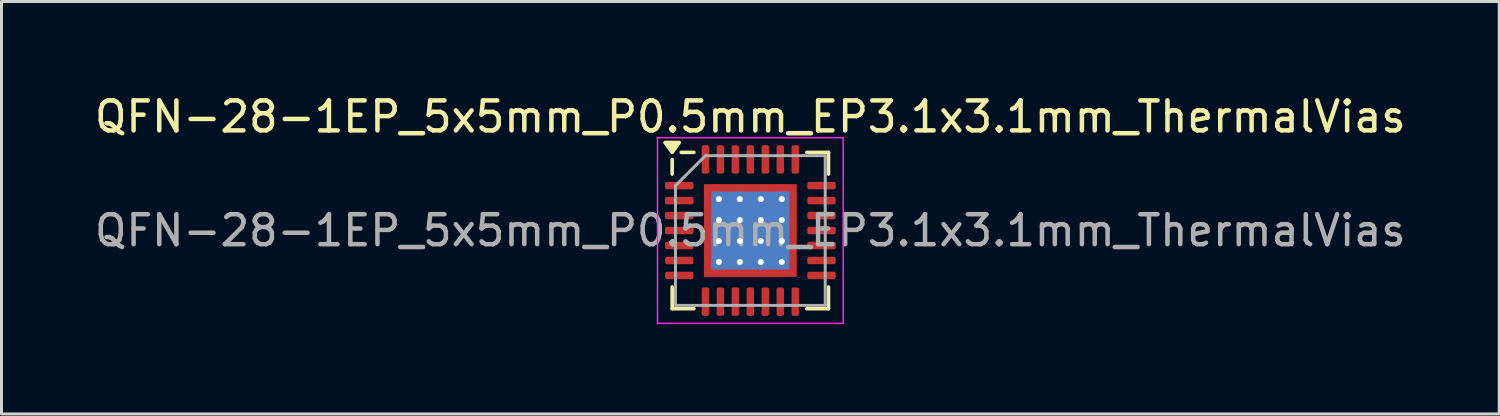
<source format=kicad_pcb>
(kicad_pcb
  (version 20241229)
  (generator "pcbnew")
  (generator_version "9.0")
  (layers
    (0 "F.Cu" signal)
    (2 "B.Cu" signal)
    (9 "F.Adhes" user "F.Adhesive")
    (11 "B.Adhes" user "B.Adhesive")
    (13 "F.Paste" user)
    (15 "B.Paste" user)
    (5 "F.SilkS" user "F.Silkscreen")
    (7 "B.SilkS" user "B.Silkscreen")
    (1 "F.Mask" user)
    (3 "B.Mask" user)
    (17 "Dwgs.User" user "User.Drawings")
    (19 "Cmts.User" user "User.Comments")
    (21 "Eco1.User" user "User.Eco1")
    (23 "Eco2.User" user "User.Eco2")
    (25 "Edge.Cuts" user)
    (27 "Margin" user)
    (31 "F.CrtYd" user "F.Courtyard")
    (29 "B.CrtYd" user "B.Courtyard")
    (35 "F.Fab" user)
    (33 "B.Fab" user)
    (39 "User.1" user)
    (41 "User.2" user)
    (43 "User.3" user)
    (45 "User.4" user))
  (footprint "QFN-28-1EP_5x5mm_P0.5mm_EP3.1x3.1mm_ThermalVias"
    (layer "F.Cu")
    (at 22.006 4.648)
    (property "Reference" "QFN-28-1EP_5x5mm_P0.5mm_EP3.1x3.1mm_ThermalVias" (at 0 -3.8 0) (layer "F.SilkS") (effects (font (size 1 1) (thickness 0.15))))
    (attr smd)
    (fp_line (start -2.61 -1.885) (end -2.61 -2.37) (stroke (width 0.12) (type solid)) (layer "F.SilkS"))
    (fp_line (start -2.61 2.61) (end -2.61 1.885) (stroke (width 0.12) (type solid)) (layer "F.SilkS"))
    (fp_line (start -1.885 -2.61) (end -2.31 -2.61) (stroke (width 0.12) (type solid)) (layer "F.SilkS"))
    (fp_line (start -1.885 2.61) (end -2.61 2.61) (stroke (width 0.12) (type solid)) (layer "F.SilkS"))
    (fp_line (start 1.885 -2.61) (end 2.61 -2.61) (stroke (width 0.12) (type solid)) (layer "F.SilkS"))
    (fp_line (start 1.885 2.61) (end 2.61 2.61) (stroke (width 0.12) (type solid)) (layer "F.SilkS"))
    (fp_line (start 2.61 -2.61) (end 2.61 -1.885) (stroke (width 0.12) (type solid)) (layer "F.SilkS"))
    (fp_line (start 2.61 2.61) (end 2.61 1.885) (stroke (width 0.12) (type solid)) (layer "F.SilkS"))
    (fp_poly (pts (xy -2.61 -2.61) (xy -2.85 -2.94) (xy -2.37 -2.94) (xy -2.61 -2.61)) (stroke (width 0.12) (type solid)) (fill yes) (layer "F.SilkS"))
    (fp_line (start -3.1 -3.1) (end -3.1 3.1) (stroke (width 0.05) (type solid)) (layer "F.CrtYd"))
    (fp_line (start -3.1 3.1) (end 3.1 3.1) (stroke (width 0.05) (type solid)) (layer "F.CrtYd"))
    (fp_line (start 3.1 -3.1) (end -3.1 -3.1) (stroke (width 0.05) (type solid)) (layer "F.CrtYd"))
    (fp_line (start 3.1 3.1) (end 3.1 -3.1) (stroke (width 0.05) (type solid)) (layer "F.CrtYd"))
    (fp_line (start -2.5 -1.5) (end -1.5 -2.5) (stroke (width 0.1) (type solid)) (layer "F.Fab"))
    (fp_line (start -2.5 2.5) (end -2.5 -1.5) (stroke (width 0.1) (type solid)) (layer "F.Fab"))
    (fp_line (start -1.5 -2.5) (end 2.5 -2.5) (stroke (width 0.1) (type solid)) (layer "F.Fab"))
    (fp_line (start 2.5 -2.5) (end 2.5 2.5) (stroke (width 0.1) (type solid)) (layer "F.Fab"))
    (fp_line (start 2.5 2.5) (end -2.5 2.5) (stroke (width 0.1) (type solid)) (layer "F.Fab"))
    (fp_text user "${REFERENCE}" (at 0 0 0) (layer "F.Fab") (effects (font (size 1 1) (thickness 0.15))))
    (pad "" smd custom (at -1.3 -1.3) (size 0.272 0.272) (layers "F.Paste") (options (anchor circle)) (primitives (gr_poly (pts (xy -0.101 -0.101) (xy 0.101 -0.101) (xy 0.101 -0.026) (xy -0.026 0.101) (xy -0.101 0.101)) (width 0.202) (fill yes))))
    (pad "" smd custom (at -1.3 -0.7) (size 0.285 0.285) (layers "F.Paste") (options (anchor circle)) (primitives (gr_poly (pts (xy -0.101 -0.181) (xy -0.007 -0.181) (xy 0.101 -0.074) (xy 0.101 0.074) (xy -0.007 0.181) (xy -0.101 0.181)) (width 0.202) (fill yes))))
    (pad "" smd custom (at -1.3 0) (size 0.285 0.285) (layers "F.Paste") (options (anchor circle)) (primitives (gr_poly (pts (xy -0.101 -0.181) (xy -0.007 -0.181) (xy 0.101 -0.074) (xy 0.101 0.074) (xy -0.007 0.181) (xy -0.101 0.181)) (width 0.202) (fill yes))))
    (pad "" smd custom (at -1.3 0.7) (size 0.285 0.285) (layers "F.Paste") (options (anchor circle)) (primitives (gr_poly (pts (xy -0.101 -0.181) (xy -0.007 -0.181) (xy 0.101 -0.074) (xy 0.101 0.074) (xy -0.007 0.181) (xy -0.101 0.181)) (width 0.202) (fill yes))))
    (pad "" smd custom (at -1.3 1.3) (size 0.272 0.272) (layers "F.Paste") (options (anchor circle)) (primitives (gr_poly (pts (xy -0.101 -0.101) (xy -0.026 -0.101) (xy 0.101 0.026) (xy 0.101 0.101) (xy -0.101 0.101)) (width 0.202) (fill yes))))
    (pad "" smd custom (at -0.7 -1.3) (size 0.285 0.285) (layers "F.Paste") (options (anchor circle)) (primitives (gr_poly (pts (xy -0.181 -0.101) (xy 0.181 -0.101) (xy 0.181 -0.007) (xy 0.074 0.101) (xy -0.074 0.101) (xy -0.181 -0.007)) (width 0.202) (fill yes))))
    (pad "" smd custom (at -0.7 -0.7) (size 0.46 0.46) (layers "F.Paste") (options (anchor circle)) (primitives (gr_poly (pts (xy -0.178 -0.092) (xy -0.092 -0.178) (xy 0.092 -0.178) (xy 0.178 -0.092) (xy 0.178 0.092) (xy 0.092 0.178) (xy -0.092 0.178) (xy -0.178 0.092)) (width 0.208) (fill yes))))
    (pad "" smd custom (at -0.7 0) (size 0.46 0.46) (layers "F.Paste") (options (anchor circle)) (primitives (gr_poly (pts (xy -0.178 -0.092) (xy -0.092 -0.178) (xy 0.092 -0.178) (xy 0.178 -0.092) (xy 0.178 0.092) (xy 0.092 0.178) (xy -0.092 0.178) (xy -0.178 0.092)) (width 0.208) (fill yes))))
    (pad "" smd custom (at -0.7 0.7) (size 0.46 0.46) (layers "F.Paste") (options (anchor circle)) (primitives (gr_poly (pts (xy -0.178 -0.092) (xy -0.092 -0.178) (xy 0.092 -0.178) (xy 0.178 -0.092) (xy 0.178 0.092) (xy 0.092 0.178) (xy -0.092 0.178) (xy -0.178 0.092)) (width 0.208) (fill yes))))
    (pad "" smd custom (at -0.7 1.3) (size 0.285 0.285) (layers "F.Paste") (options (anchor circle)) (primitives (gr_poly (pts (xy -0.181 0.007) (xy -0.074 -0.101) (xy 0.074 -0.101) (xy 0.181 0.007) (xy 0.181 0.101) (xy -0.181 0.101)) (width 0.202) (fill yes))))
    (pad "" smd custom (at 0 -1.3) (size 0.285 0.285) (layers "F.Paste") (options (anchor circle)) (primitives (gr_poly (pts (xy -0.181 -0.101) (xy 0.181 -0.101) (xy 0.181 -0.007) (xy 0.074 0.101) (xy -0.074 0.101) (xy -0.181 -0.007)) (width 0.202) (fill yes))))
    (pad "" smd custom (at 0 -0.7) (size 0.46 0.46) (layers "F.Paste") (options (anchor circle)) (primitives (gr_poly (pts (xy -0.178 -0.092) (xy -0.092 -0.178) (xy 0.092 -0.178) (xy 0.178 -0.092) (xy 0.178 0.092) (xy 0.092 0.178) (xy -0.092 0.178) (xy -0.178 0.092)) (width 0.208) (fill yes))))
    (pad "" smd custom (at 0 0) (size 0.46 0.46) (layers "F.Paste") (options (anchor circle)) (primitives (gr_poly (pts (xy -0.178 -0.092) (xy -0.092 -0.178) (xy 0.092 -0.178) (xy 0.178 -0.092) (xy 0.178 0.092) (xy 0.092 0.178) (xy -0.092 0.178) (xy -0.178 0.092)) (width 0.208) (fill yes))))
    (pad "" smd custom (at 0 0.7) (size 0.46 0.46) (layers "F.Paste") (options (anchor circle)) (primitives (gr_poly (pts (xy -0.178 -0.092) (xy -0.092 -0.178) (xy 0.092 -0.178) (xy 0.178 -0.092) (xy 0.178 0.092) (xy 0.092 0.178) (xy -0.092 0.178) (xy -0.178 0.092)) (width 0.208) (fill yes))))
    (pad "" smd custom (at 0 1.3) (size 0.285 0.285) (layers "F.Paste") (options (anchor circle)) (primitives (gr_poly (pts (xy -0.181 0.007) (xy -0.074 -0.101) (xy 0.074 -0.101) (xy 0.181 0.007) (xy 0.181 0.101) (xy -0.181 0.101)) (width 0.202) (fill yes))))
    (pad "" smd custom (at 0.7 -1.3) (size 0.285 0.285) (layers "F.Paste") (options (anchor circle)) (primitives (gr_poly (pts (xy -0.181 -0.101) (xy 0.181 -0.101) (xy 0.181 -0.007) (xy 0.074 0.101) (xy -0.074 0.101) (xy -0.181 -0.007)) (width 0.202) (fill yes))))
    (pad "" smd custom (at 0.7 -0.7) (size 0.46 0.46) (layers "F.Paste") (options (anchor circle)) (primitives (gr_poly (pts (xy -0.178 -0.092) (xy -0.092 -0.178) (xy 0.092 -0.178) (xy 0.178 -0.092) (xy 0.178 0.092) (xy 0.092 0.178) (xy -0.092 0.178) (xy -0.178 0.092)) (width 0.208) (fill yes))))
    (pad "" smd custom (at 0.7 0) (size 0.46 0.46) (layers "F.Paste") (options (anchor circle)) (primitives (gr_poly (pts (xy -0.178 -0.092) (xy -0.092 -0.178) (xy 0.092 -0.178) (xy 0.178 -0.092) (xy 0.178 0.092) (xy 0.092 0.178) (xy -0.092 0.178) (xy -0.178 0.092)) (width 0.208) (fill yes))))
    (pad "" smd custom (at 0.7 0.7) (size 0.46 0.46) (layers "F.Paste") (options (anchor circle)) (primitives (gr_poly (pts (xy -0.178 -0.092) (xy -0.092 -0.178) (xy 0.092 -0.178) (xy 0.178 -0.092) (xy 0.178 0.092) (xy 0.092 0.178) (xy -0.092 0.178) (xy -0.178 0.092)) (width 0.208) (fill yes))))
    (pad "" smd custom (at 0.7 1.3) (size 0.285 0.285) (layers "F.Paste") (options (anchor circle)) (primitives (gr_poly (pts (xy -0.181 0.007) (xy -0.074 -0.101) (xy 0.074 -0.101) (xy 0.181 0.007) (xy 0.181 0.101) (xy -0.181 0.101)) (width 0.202) (fill yes))))
    (pad "" smd custom (at 1.3 -1.3) (size 0.272 0.272) (layers "F.Paste") (options (anchor circle)) (primitives (gr_poly (pts (xy -0.101 -0.101) (xy 0.101 -0.101) (xy 0.101 0.101) (xy 0.026 0.101) (xy -0.101 -0.026)) (width 0.202) (fill yes))))
    (pad "" smd custom (at 1.3 -0.7) (size 0.285 0.285) (layers "F.Paste") (options (anchor circle)) (primitives (gr_poly (pts (xy -0.101 -0.074) (xy 0.007 -0.181) (xy 0.101 -0.181) (xy 0.101 0.181) (xy 0.007 0.181) (xy -0.101 0.074)) (width 0.202) (fill yes))))
    (pad "" smd custom (at 1.3 0) (size 0.285 0.285) (layers "F.Paste") (options (anchor circle)) (primitives (gr_poly (pts (xy -0.101 -0.074) (xy 0.007 -0.181) (xy 0.101 -0.181) (xy 0.101 0.181) (xy 0.007 0.181) (xy -0.101 0.074)) (width 0.202) (fill yes))))
    (pad "" smd custom (at 1.3 0.7) (size 0.285 0.285) (layers "F.Paste") (options (anchor circle)) (primitives (gr_poly (pts (xy -0.101 -0.074) (xy 0.007 -0.181) (xy 0.101 -0.181) (xy 0.101 0.181) (xy 0.007 0.181) (xy -0.101 0.074)) (width 0.202) (fill yes))))
    (pad "" smd custom (at 1.3 1.3) (size 0.272 0.272) (layers "F.Paste") (options (anchor circle)) (primitives (gr_poly (pts (xy -0.101 0.026) (xy 0.026 -0.101) (xy 0.101 -0.101) (xy 0.101 0.101) (xy -0.101 0.101)) (width 0.202) (fill yes))))
    (pad "1" smd roundrect (at -2.375 -1.5) (size 0.95 0.25) (layers "F.Cu" "F.Mask" "F.Paste") (roundrect_rratio 0.25))
    (pad "2" smd roundrect (at -2.375 -1) (size 0.95 0.25) (layers "F.Cu" "F.Mask" "F.Paste") (roundrect_rratio 0.25))
    (pad "3" smd roundrect (at -2.375 -0.5) (size 0.95 0.25) (layers "F.Cu" "F.Mask" "F.Paste") (roundrect_rratio 0.25))
    (pad "4" smd roundrect (at -2.375 0) (size 0.95 0.25) (layers "F.Cu" "F.Mask" "F.Paste") (roundrect_rratio 0.25))
    (pad "5" smd roundrect (at -2.375 0.5) (size 0.95 0.25) (layers "F.Cu" "F.Mask" "F.Paste") (roundrect_rratio 0.25))
    (pad "6" smd roundrect (at -2.375 1) (size 0.95 0.25) (layers "F.Cu" "F.Mask" "F.Paste") (roundrect_rratio 0.25))
    (pad "7" smd roundrect (at -2.375 1.5) (size 0.95 0.25) (layers "F.Cu" "F.Mask" "F.Paste") (roundrect_rratio 0.25))
    (pad "8" smd roundrect (at -1.5 2.375) (size 0.25 0.95) (layers "F.Cu" "F.Mask" "F.Paste") (roundrect_rratio 0.25))
    (pad "9" smd roundrect (at -1 2.375) (size 0.25 0.95) (layers "F.Cu" "F.Mask" "F.Paste") (roundrect_rratio 0.25))
    (pad "10" smd roundrect (at -0.5 2.375) (size 0.25 0.95) (layers "F.Cu" "F.Mask" "F.Paste") (roundrect_rratio 0.25))
    (pad "11" smd roundrect (at 0 2.375) (size 0.25 0.95) (layers "F.Cu" "F.Mask" "F.Paste") (roundrect_rratio 0.25))
    (pad "12" smd roundrect (at 0.5 2.375) (size 0.25 0.95) (layers "F.Cu" "F.Mask" "F.Paste") (roundrect_rratio 0.25))
    (pad "13" smd roundrect (at 1 2.375) (size 0.25 0.95) (layers "F.Cu" "F.Mask" "F.Paste") (roundrect_rratio 0.25))
    (pad "14" smd roundrect (at 1.5 2.375) (size 0.25 0.95) (layers "F.Cu" "F.Mask" "F.Paste") (roundrect_rratio 0.25))
    (pad "15" smd roundrect (at 2.375 1.5) (size 0.95 0.25) (layers "F.Cu" "F.Mask" "F.Paste") (roundrect_rratio 0.25))
    (pad "16" smd roundrect (at 2.375 1) (size 0.95 0.25) (layers "F.Cu" "F.Mask" "F.Paste") (roundrect_rratio 0.25))
    (pad "17" smd roundrect (at 2.375 0.5) (size 0.95 0.25) (layers "F.Cu" "F.Mask" "F.Paste") (roundrect_rratio 0.25))
    (pad "18" smd roundrect (at 2.375 0) (size 0.95 0.25) (layers "F.Cu" "F.Mask" "F.Paste") (roundrect_rratio 0.25))
    (pad "19" smd roundrect (at 2.375 -0.5) (size 0.95 0.25) (layers "F.Cu" "F.Mask" "F.Paste") (roundrect_rratio 0.25))
    (pad "20" smd roundrect (at 2.375 -1) (size 0.95 0.25) (layers "F.Cu" "F.Mask" "F.Paste") (roundrect_rratio 0.25))
    (pad "21" smd roundrect (at 2.375 -1.5) (size 0.95 0.25) (layers "F.Cu" "F.Mask" "F.Paste") (roundrect_rratio 0.25))
    (pad "22" smd roundrect (at 1.5 -2.375) (size 0.25 0.95) (layers "F.Cu" "F.Mask" "F.Paste") (roundrect_rratio 0.25))
    (pad "23" smd roundrect (at 1 -2.375) (size 0.25 0.95) (layers "F.Cu" "F.Mask" "F.Paste") (roundrect_rratio 0.25))
    (pad "24" smd roundrect (at 0.5 -2.375) (size 0.25 0.95) (layers "F.Cu" "F.Mask" "F.Paste") (roundrect_rratio 0.25))
    (pad "25" smd roundrect (at 0 -2.375) (size 0.25 0.95) (layers "F.Cu" "F.Mask" "F.Paste") (roundrect_rratio 0.25))
    (pad "26" smd roundrect (at -0.5 -2.375) (size 0.25 0.95) (layers "F.Cu" "F.Mask" "F.Paste") (roundrect_rratio 0.25))
    (pad "27" smd roundrect (at -1 -2.375) (size 0.25 0.95) (layers "F.Cu" "F.Mask" "F.Paste") (roundrect_rratio 0.25))
    (pad "28" smd roundrect (at -1.5 -2.375) (size 0.25 0.95) (layers "F.Cu" "F.Mask" "F.Paste") (roundrect_rratio 0.25))
    (pad "29" thru_hole circle (at -1.05 -1.05) (size 0.5 0.5) (drill 0.2) (property pad_prop_heatsink) (layers "*.Cu"))
    (pad "29" thru_hole circle (at -1.05 -0.35) (size 0.5 0.5) (drill 0.2) (property pad_prop_heatsink) (layers "*.Cu"))
    (pad "29" thru_hole circle (at -1.05 0.35) (size 0.5 0.5) (drill 0.2) (property pad_prop_heatsink) (layers "*.Cu"))
    (pad "29" thru_hole circle (at -1.05 1.05) (size 0.5 0.5) (drill 0.2) (property pad_prop_heatsink) (layers "*.Cu"))
    (pad "29" thru_hole circle (at -0.35 -1.05) (size 0.5 0.5) (drill 0.2) (property pad_prop_heatsink) (layers "*.Cu"))
    (pad "29" thru_hole circle (at -0.35 -0.35) (size 0.5 0.5) (drill 0.2) (property pad_prop_heatsink) (layers "*.Cu"))
    (pad "29" thru_hole circle (at -0.35 0.35) (size 0.5 0.5) (drill 0.2) (property pad_prop_heatsink) (layers "*.Cu"))
    (pad "29" thru_hole circle (at -0.35 1.05) (size 0.5 0.5) (drill 0.2) (property pad_prop_heatsink) (layers "*.Cu"))
    (pad "29" smd rect (at 0 0) (size 2.6 2.6) (property pad_prop_heatsink) (layers "B.Cu"))
    (pad "29" smd rect (at 0 0) (size 3.1 3.1) (property pad_prop_heatsink) (layers "F.Cu" "F.Mask"))
    (pad "29" thru_hole circle (at 0.35 -1.05) (size 0.5 0.5) (drill 0.2) (property pad_prop_heatsink) (layers "*.Cu"))
    (pad "29" thru_hole circle (at 0.35 -0.35) (size 0.5 0.5) (drill 0.2) (property pad_prop_heatsink) (layers "*.Cu"))
    (pad "29" thru_hole circle (at 0.35 0.35) (size 0.5 0.5) (drill 0.2) (property pad_prop_heatsink) (layers "*.Cu"))
    (pad "29" thru_hole circle (at 0.35 1.05) (size 0.5 0.5) (drill 0.2) (property pad_prop_heatsink) (layers "*.Cu"))
    (pad "29" thru_hole circle (at 1.05 -1.05) (size 0.5 0.5) (drill 0.2) (property pad_prop_heatsink) (layers "*.Cu"))
    (pad "29" thru_hole circle (at 1.05 -0.35) (size 0.5 0.5) (drill 0.2) (property pad_prop_heatsink) (layers "*.Cu"))
    (pad "29" thru_hole circle (at 1.05 0.35) (size 0.5 0.5) (drill 0.2) (property pad_prop_heatsink) (layers "*.Cu"))
    (pad "29" thru_hole circle (at 1.05 1.05) (size 0.5 0.5) (drill 0.2) (property pad_prop_heatsink) (layers "*.Cu")))
  (gr_rect
    (start -3 -3)
    (end 47.012 10.773)
    (stroke (width 0.1) (type default))
    (fill no)
    (layer "Edge.Cuts")))
</source>
